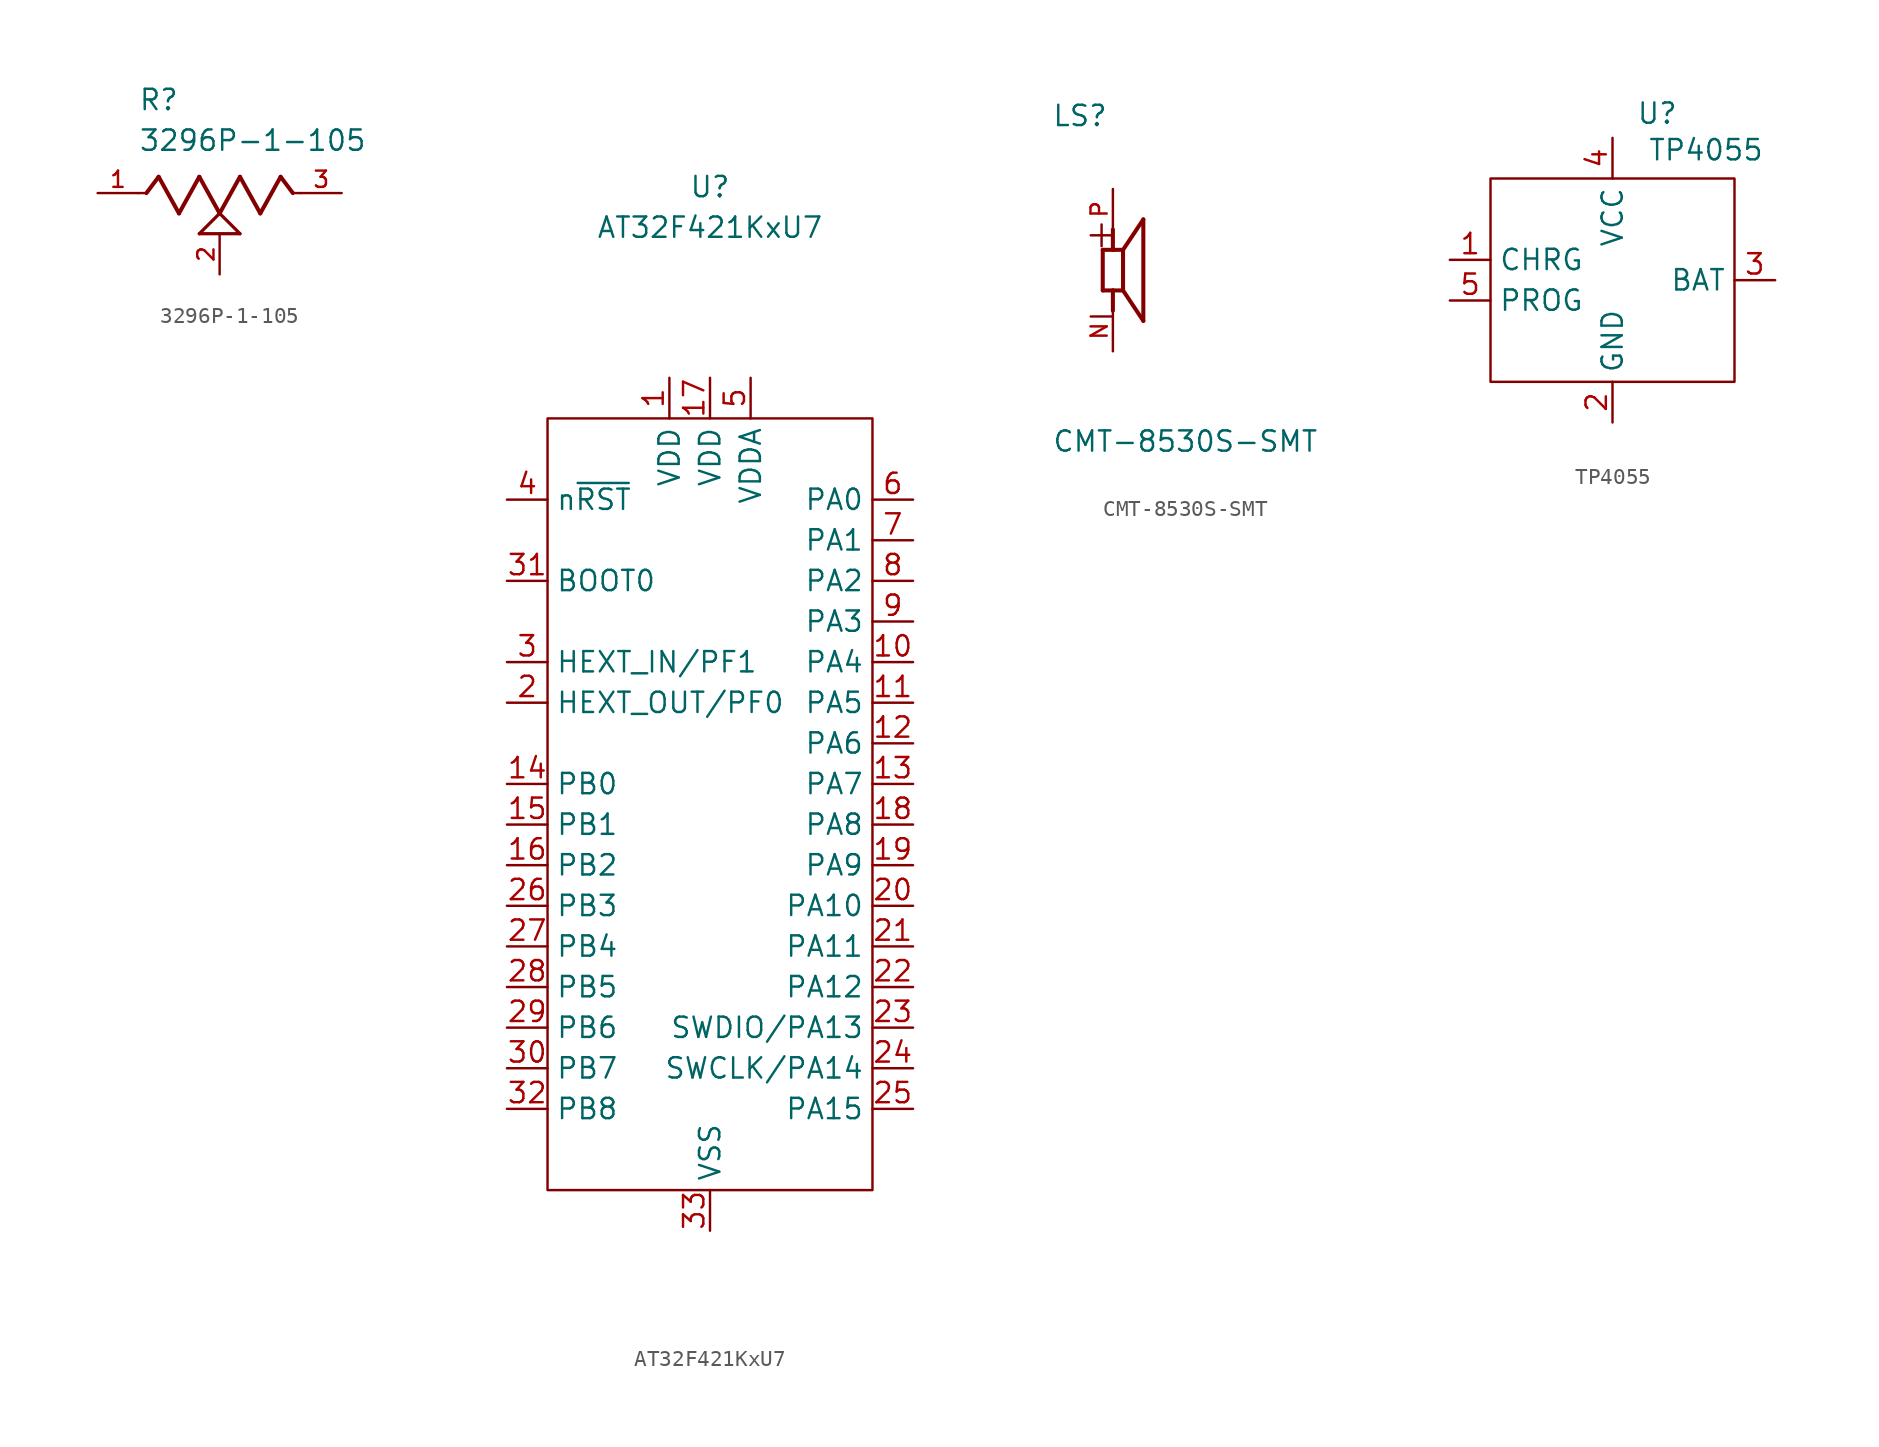
<source format=kicad_sym>
(kicad_symbol_lib
  (version 20231120)
  (generator "kicad_symbol_editor")
  (generator_version "8.0")
  (symbol "3296P-1-105"
    (pin_names
      (offset 1.016))
    (property "Reference" "R"
      (at -5.08 5.08 0)
      (effects (font (size 1.27 1.27)) (justify left bottom)))
    (property "Value" "3296P-1-105"
      (at -5.08 2.54 0)
      (effects (font (size 1.27 1.27)) (justify left bottom)))
    (symbol "3296P-1-105_0_0"
      (polyline (pts (xy -5.08 0) (xy -4.572 0)) (stroke (width 0.152) (type default)) (fill (type none)))
      (polyline (pts (xy -4.572 0) (xy -3.81 1.016)) (stroke (width 0.254) (type default)) (fill (type none)))
      (polyline (pts (xy -3.81 1.016) (xy -2.54 -1.27)) (stroke (width 0.254) (type default)) (fill (type none)))
      (polyline (pts (xy -2.54 -1.27) (xy -1.27 1.016)) (stroke (width 0.254) (type default)) (fill (type none)))
      (polyline (pts (xy -1.27 -2.54) (xy 0 -1.27)) (stroke (width 0.203) (type default)) (fill (type none)))
      (polyline (pts (xy -1.27 1.016) (xy 0 -1.27)) (stroke (width 0.254) (type default)) (fill (type none)))
      (polyline (pts (xy 0 -1.27) (xy 1.27 -2.54)) (stroke (width 0.203) (type default)) (fill (type none)))
      (polyline (pts (xy 0 -1.27) (xy 1.27 1.016)) (stroke (width 0.254) (type default)) (fill (type none)))
      (polyline (pts (xy 1.27 -2.54) (xy -1.27 -2.54)) (stroke (width 0.203) (type default)) (fill (type none)))
      (polyline (pts (xy 1.27 1.016) (xy 2.54 -1.27)) (stroke (width 0.254) (type default)) (fill (type none)))
      (polyline (pts (xy 2.54 -1.27) (xy 3.81 1.016)) (stroke (width 0.254) (type default)) (fill (type none)))
      (polyline (pts (xy 3.81 1.016) (xy 4.572 0)) (stroke (width 0.254) (type default)) (fill (type none)))
      (polyline (pts (xy 4.572 0) (xy 5.08 0)) (stroke (width 0.152) (type default)) (fill (type none)))
      (pin passive line (at -7.62 0 0) (length 2.54) (name "~" (effects (font (size 1.016 1.016)))) (number "1" (effects (font (size 1.016 1.016)))))
      (pin passive line (at 0 -5.08 90) (length 2.54) (name "~" (effects (font (size 1.016 1.016)))) (number "2" (effects (font (size 1.016 1.016)))))
      (pin passive line (at 7.62 0 180) (length 2.54) (name "~" (effects (font (size 1.016 1.016)))) (number "3" (effects (font (size 1.016 1.016)))))))
  (symbol "AT32F421KxU7"
    (property "Reference" "U"
      (at 0 38.608 0)
      (effects (font (size 1.27 1.27))))
    (property "Value" "AT32F421KxU7"
      (at 0 36.068 0)
      (effects (font (size 1.27 1.27))))
    (symbol "AT32F421KxU7_0_1"
      (rectangle (start -10.16 24.13) (end 10.16 -24.13) (stroke (width 0) (type default)) (fill (type none))))
    (symbol "AT32F421KxU7_1_0"
      (pin bidirectional line (at 12.7 8.89 180) (length 2.54) (name "PA4" (effects (font (size 1.27 1.27)))) (number "10" (effects (font (size 1.27 1.27)))))
      (pin bidirectional line (at 12.7 6.35 180) (length 2.54) (name "PA5" (effects (font (size 1.27 1.27)))) (number "11" (effects (font (size 1.27 1.27)))))
      (pin bidirectional line (at 12.7 3.81 180) (length 2.54) (name "PA6" (effects (font (size 1.27 1.27)))) (number "12" (effects (font (size 1.27 1.27)))))
      (pin bidirectional line (at 12.7 1.27 180) (length 2.54) (name "PA7" (effects (font (size 1.27 1.27)))) (number "13" (effects (font (size 1.27 1.27)))))
      (pin bidirectional line (at -12.7 1.27 0) (length 2.54) (name "PB0" (effects (font (size 1.27 1.27)))) (number "14" (effects (font (size 1.27 1.27)))))
      (pin bidirectional line (at -12.7 -1.27 0) (length 2.54) (name "PB1" (effects (font (size 1.27 1.27)))) (number "15" (effects (font (size 1.27 1.27)))))
      (pin bidirectional line (at -12.7 -3.81 0) (length 2.54) (name "PB2" (effects (font (size 1.27 1.27)))) (number "16" (effects (font (size 1.27 1.27)))))
      (pin power_in line (at 0 26.67 270) (length 2.54) (name "VDD" (effects (font (size 1.27 1.27)))) (number "17" (effects (font (size 1.27 1.27)))))
      (pin bidirectional line (at 12.7 -1.27 180) (length 2.54) (name "PA8" (effects (font (size 1.27 1.27)))) (number "18" (effects (font (size 1.27 1.27)))))
      (pin bidirectional line (at 12.7 -3.81 180) (length 2.54) (name "PA9" (effects (font (size 1.27 1.27)))) (number "19" (effects (font (size 1.27 1.27)))))
      (pin bidirectional line (at -12.7 6.35 0) (length 2.54) (name "HEXT_OUT/PF0" (effects (font (size 1.27 1.27)))) (number "2" (effects (font (size 1.27 1.27)))))
      (pin bidirectional line (at 12.7 -6.35 180) (length 2.54) (name "PA10" (effects (font (size 1.27 1.27)))) (number "20" (effects (font (size 1.27 1.27)))))
      (pin bidirectional line (at 12.7 -8.89 180) (length 2.54) (name "PA11" (effects (font (size 1.27 1.27)))) (number "21" (effects (font (size 1.27 1.27)))))
      (pin bidirectional line (at 12.7 -11.43 180) (length 2.54) (name "PA12" (effects (font (size 1.27 1.27)))) (number "22" (effects (font (size 1.27 1.27)))))
      (pin bidirectional line (at 12.7 -13.97 180) (length 2.54) (name "SWDIO/PA13" (effects (font (size 1.27 1.27)))) (number "23" (effects (font (size 1.27 1.27)))))
      (pin bidirectional line (at 12.7 -16.51 180) (length 2.54) (name "SWCLK/PA14" (effects (font (size 1.27 1.27)))) (number "24" (effects (font (size 1.27 1.27)))))
      (pin bidirectional line (at 12.7 -19.05 180) (length 2.54) (name "PA15" (effects (font (size 1.27 1.27)))) (number "25" (effects (font (size 1.27 1.27)))))
      (pin bidirectional line (at -12.7 -6.35 0) (length 2.54) (name "PB3" (effects (font (size 1.27 1.27)))) (number "26" (effects (font (size 1.27 1.27)))))
      (pin bidirectional line (at -12.7 -8.89 0) (length 2.54) (name "PB4" (effects (font (size 1.27 1.27)))) (number "27" (effects (font (size 1.27 1.27)))))
      (pin bidirectional line (at -12.7 -11.43 0) (length 2.54) (name "PB5" (effects (font (size 1.27 1.27)))) (number "28" (effects (font (size 1.27 1.27)))))
      (pin bidirectional line (at -12.7 -13.97 0) (length 2.54) (name "PB6" (effects (font (size 1.27 1.27)))) (number "29" (effects (font (size 1.27 1.27)))))
      (pin bidirectional line (at -12.7 8.89 0) (length 2.54) (name "HEXT_IN/PF1" (effects (font (size 1.27 1.27)))) (number "3" (effects (font (size 1.27 1.27)))))
      (pin bidirectional line (at -12.7 -16.51 0) (length 2.54) (name "PB7" (effects (font (size 1.27 1.27)))) (number "30" (effects (font (size 1.27 1.27)))))
      (pin input line (at -12.7 13.97 0) (length 2.54) (name "BOOT0" (effects (font (size 1.27 1.27)))) (number "31" (effects (font (size 1.27 1.27)))))
      (pin bidirectional line (at -12.7 -19.05 0) (length 2.54) (name "PB8" (effects (font (size 1.27 1.27)))) (number "32" (effects (font (size 1.27 1.27)))))
      (pin passive line (at 0 -26.67 90) (length 2.54) (name "VSS" (effects (font (size 1.27 1.27)))) (number "33" (effects (font (size 1.27 1.27)))))
      (pin input line (at -12.7 19.05 0) (length 2.54) (name "n~{RST}" (effects (font (size 1.27 1.27)))) (number "4" (effects (font (size 1.27 1.27)))))
      (pin power_in line (at 2.54 26.67 270) (length 2.54) (name "VDDA" (effects (font (size 1.27 1.27)))) (number "5" (effects (font (size 1.27 1.27)))))
      (pin bidirectional line (at 12.7 19.05 180) (length 2.54) (name "PA0" (effects (font (size 1.27 1.27)))) (number "6" (effects (font (size 1.27 1.27)))))
      (pin bidirectional line (at 12.7 16.51 180) (length 2.54) (name "PA1" (effects (font (size 1.27 1.27)))) (number "7" (effects (font (size 1.27 1.27)))))
      (pin bidirectional line (at 12.7 13.97 180) (length 2.54) (name "PA2" (effects (font (size 1.27 1.27)))) (number "8" (effects (font (size 1.27 1.27)))))
      (pin bidirectional line (at 12.7 11.43 180) (length 2.54) (name "PA3" (effects (font (size 1.27 1.27)))) (number "9" (effects (font (size 1.27 1.27))))))
    (symbol "AT32F421KxU7_1_1"
      (pin power_in line (at -2.54 26.67 270) (length 2.54) (name "VDD" (effects (font (size 1.27 1.27)))) (number "1" (effects (font (size 1.27 1.27)))))))
  (symbol "CMT-8530S-SMT"
    (pin_names
      (offset 1.016))
    (property "Reference" "LS"
      (at -3.822 8.919 0)
      (effects (font (size 1.27 1.27)) (justify left bottom)))
    (property "Value" "CMT-8530S-SMT"
      (at -3.821 -11.463 0)
      (effects (font (size 1.27 1.27)) (justify left bottom)))
    (symbol "CMT-8530S-SMT_0_0"
      (polyline (pts (xy -0.635 -1.27) (xy -0.635 1.27)) (stroke (width 0.254) (type default)) (fill (type none)))
      (polyline (pts (xy -0.635 1.27) (xy 0 1.27)) (stroke (width 0.254) (type default)) (fill (type none)))
      (polyline (pts (xy 0 -1.27) (xy -0.635 -1.27)) (stroke (width 0.254) (type default)) (fill (type none)))
      (polyline (pts (xy 0 -1.27) (xy 0 -2.54)) (stroke (width 0.254) (type default)) (fill (type none)))
      (polyline (pts (xy 0 1.27) (xy 0 2.54)) (stroke (width 0.254) (type default)) (fill (type none)))
      (polyline (pts (xy 0 1.27) (xy 0.635 1.27)) (stroke (width 0.254) (type default)) (fill (type none)))
      (polyline (pts (xy 0.635 -1.27) (xy 0 -1.27)) (stroke (width 0.254) (type default)) (fill (type none)))
      (polyline (pts (xy 0.635 1.27) (xy 0.635 -1.27)) (stroke (width 0.254) (type default)) (fill (type none)))
      (polyline (pts (xy 0.635 1.27) (xy 1.905 3.175)) (stroke (width 0.254) (type default)) (fill (type none)))
      (polyline (pts (xy 1.905 -3.175) (xy 0.635 -1.27)) (stroke (width 0.254) (type default)) (fill (type none)))
      (polyline (pts (xy 1.905 3.175) (xy 1.905 -3.175)) (stroke (width 0.254) (type default)) (fill (type none)))
      (text "+" (at -1.912 1.274 0) (effects (font (size 1.784 1.784)) (justify left bottom)))
      (text "-" (at -1.912 -3.807 0) (effects (font (size 1.785 1.785)) (justify left bottom)))
      (pin passive line (at 0 -5.08 90) (length 2.54) (name "~" (effects (font (size 1.016 1.016)))) (number "N" (effects (font (size 1.016 1.016)))))
      (pin passive line (at 0 5.08 270) (length 2.54) (name "~" (effects (font (size 1.016 1.016)))) (number "P" (effects (font (size 1.016 1.016)))))))
  (symbol "TP4055"
    (property "Reference" "U"
      (at 2.794 10.414 0)
      (effects (font (size 1.27 1.27))))
    (property "Value" "TP4055"
      (at 5.842 8.128 0)
      (effects (font (size 1.27 1.27))))
    (symbol "TP4055_0_1"
      (rectangle (start -7.62 6.35) (end 7.62 -6.35) (stroke (width 0) (type default)) (fill (type none))))
    (symbol "TP4055_1_1"
      (pin output line (at -10.16 1.27 0) (length 2.54) (name "CHRG" (effects (font (size 1.27 1.27)))) (number "1" (effects (font (size 1.27 1.27)))))
      (pin passive line (at 0 -8.89 90) (length 2.54) (name "GND" (effects (font (size 1.27 1.27)))) (number "2" (effects (font (size 1.27 1.27)))))
      (pin power_out line (at 10.16 0 180) (length 2.54) (name "BAT" (effects (font (size 1.27 1.27)))) (number "3" (effects (font (size 1.27 1.27)))))
      (pin power_in line (at 0 8.89 270) (length 2.54) (name "VCC" (effects (font (size 1.27 1.27)))) (number "4" (effects (font (size 1.27 1.27)))))
      (pin input line (at -10.16 -1.27 0) (length 2.54) (name "PROG" (effects (font (size 1.27 1.27)))) (number "5" (effects (font (size 1.27 1.27))))))))
</source>
